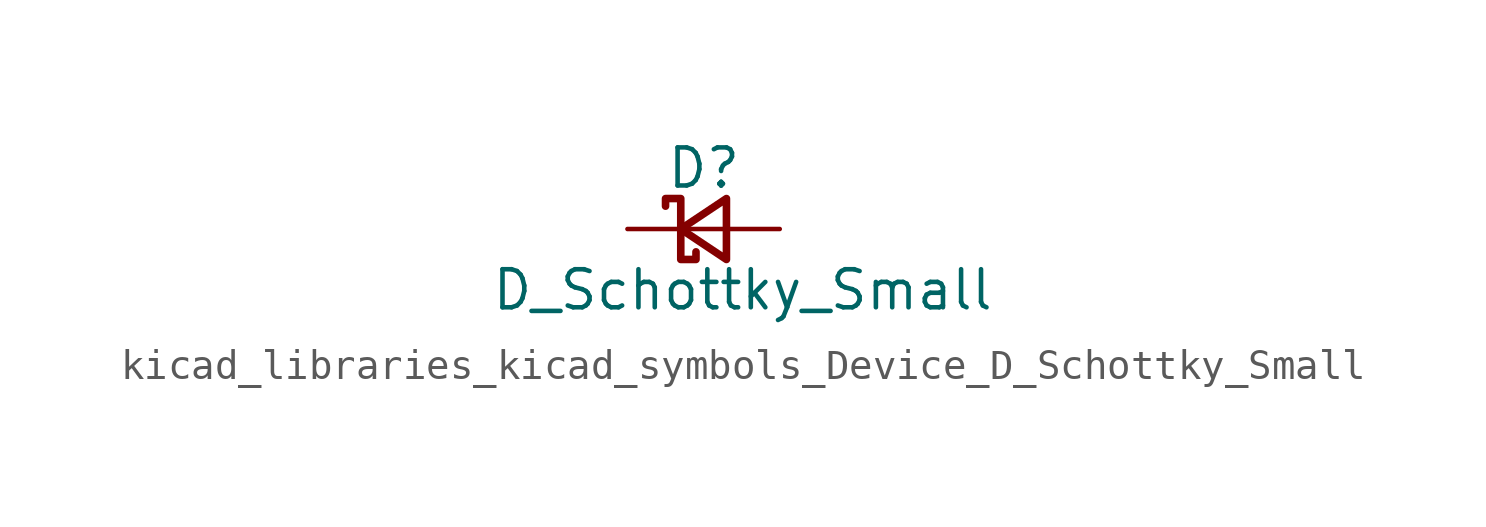
<source format=kicad_sym>
(kicad_symbol_lib
  (version 20220914)
  (generator kicad_symbol_editor)
  (symbol "kicad_libraries_kicad_symbols_Device_D_Schottky_Small"
    (pin_numbers hide)
    (pin_names
      (offset 0.254) hide)
    (property "Reference" "D"
      (at -1.27 2.032 0)
      (effects (font (size 1.27 1.27)) (justify left)))
    (property "Value" "D_Schottky_Small"
      (at -7.112 -2.032 0)
      (effects (font (size 1.27 1.27)) (justify left)))
    (symbol "kicad_libraries_kicad_symbols_Device_D_Schottky_Small_0_1"
      (polyline (pts (xy -0.762 0) (xy 0.762 0)) (stroke (width 0) (type default)) (fill (type none)))
      (polyline (pts (xy 0.762 -1.016) (xy -0.762 0) (xy 0.762 1.016) (xy 0.762 -1.016)) (stroke (width 0.254) (type default)) (fill (type none)))
      (polyline (pts (xy -1.27 0.762) (xy -1.27 1.016) (xy -0.762 1.016) (xy -0.762 -1.016) (xy -0.254 -1.016) (xy -0.254 -0.762)) (stroke (width 0.254) (type default)) (fill (type none))))
    (symbol "kicad_libraries_kicad_symbols_Device_D_Schottky_Small_1_1"
      (pin passive line (at -2.54 0 0) (length 1.778) (name "K" (effects (font (size 1.27 1.27)))) (number "1" (effects (font (size 1.27 1.27)))))
      (pin passive line (at 2.54 0 180) (length 1.778) (name "A" (effects (font (size 1.27 1.27)))) (number "2" (effects (font (size 1.27 1.27))))))))
</source>
